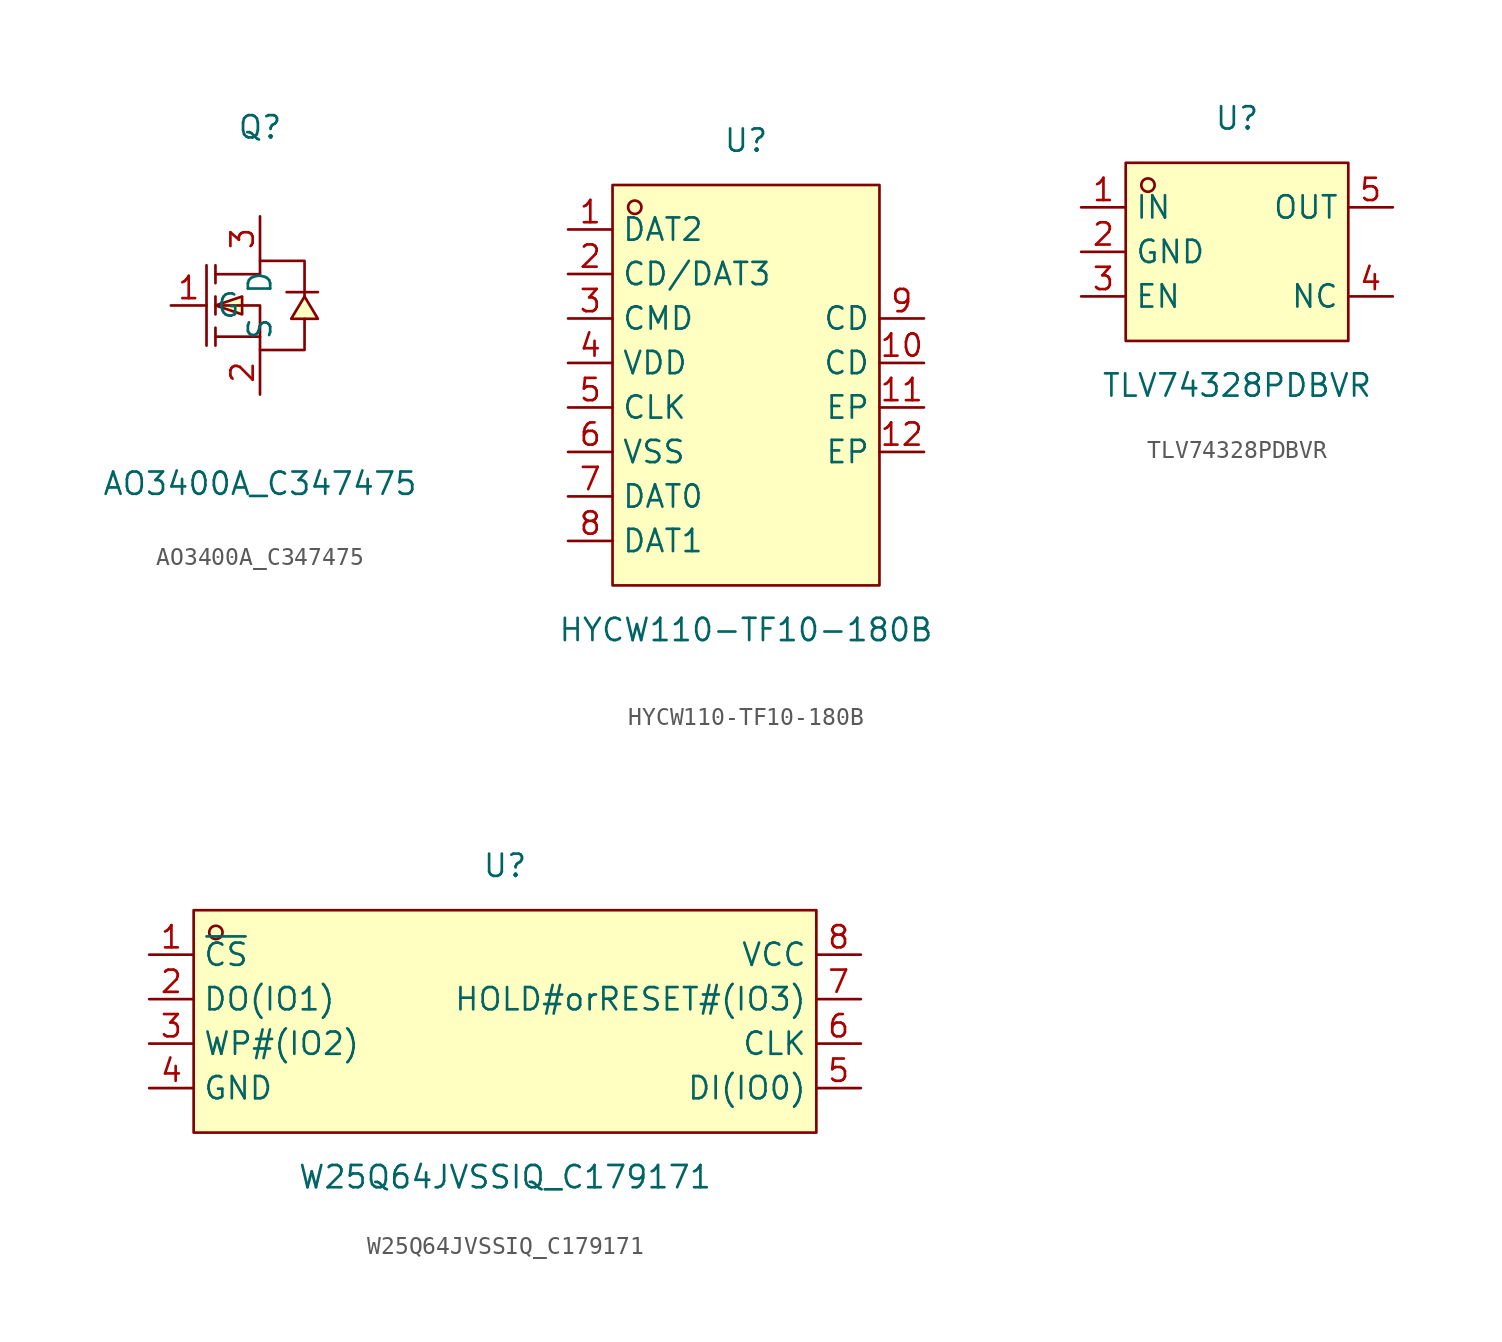
<source format=kicad_sym>
(kicad_symbol_lib
  (version 20211014)
  (generator https://github.com/uPesy/easyeda2kicad.py)
  (symbol "AO3400A_C347475"
    (property "Reference" "Q"
      (at 0 10.16 0)
      (effects (font (size 1.27 1.27))))
    (property "Value" "AO3400A_C347475"
      (at 0 -10.16 0)
      (effects (font (size 1.27 1.27))))
    (symbol "AO3400A_C347475_0_1"
      (polyline (pts (xy 1.52 0.76) (xy 3.30 0.76)) (stroke (width 0) (type default) (color 0 0 0 0)) (fill (type none)))
      (polyline (pts (xy -2.54 -2.29) (xy -2.54 -1.27)) (stroke (width 0) (type default) (color 0 0 0 0)) (fill (type none)))
      (polyline (pts (xy -2.54 -0.51) (xy -2.54 0.51)) (stroke (width 0) (type default) (color 0 0 0 0)) (fill (type none)))
      (polyline (pts (xy -2.54 2.29) (xy -2.54 1.27)) (stroke (width 0) (type default) (color 0 0 0 0)) (fill (type none)))
      (polyline (pts (xy -3.05 2.29) (xy -3.05 -2.29)) (stroke (width 0) (type default) (color 0 0 0 0)) (fill (type none)))
      (polyline (pts (xy 0.00 -1.78) (xy -2.54 -1.78)) (stroke (width 0) (type default) (color 0 0 0 0)) (fill (type none)))
      (polyline (pts (xy -2.54 -0.00) (xy 0.00 -0.00) (xy 0.00 -2.54) (xy 2.54 -2.54) (xy 2.54 -0.76)) (stroke (width 0) (type default) (color 0 0 0 0)) (fill (type none)))
      (polyline (pts (xy -2.54 1.78) (xy 0.00 1.78) (xy 0.00 2.54) (xy 2.54 2.54) (xy 2.54 0.51)) (stroke (width 0) (type default) (color 0 0 0 0)) (fill (type none)))
      (polyline (pts (xy 2.54 0.51) (xy 1.78 -0.76) (xy 3.30 -0.76) (xy 2.54 0.51)) (stroke (width 0) (type default) (color 0 0 0 0)) (fill (type background)))
      (polyline (pts (xy -2.54 -0.00) (xy -1.02 -0.51) (xy -1.02 0.51) (xy -2.54 -0.00)) (stroke (width 0) (type default) (color 0 0 0 0)) (fill (type background)))
      (pin unspecified line (at 0.00 -5.08 90) (length 2.54) (name "S" (effects (font (size 1.27 1.27)))) (number "2" (effects (font (size 1.27 1.27)))))
      (pin unspecified line (at -5.08 -0.00 0) (length 2.032) (name "G" (effects (font (size 1.27 1.27)))) (number "1" (effects (font (size 1.27 1.27)))))
      (pin unspecified line (at 0.00 5.08 270) (length 2.54) (name "D" (effects (font (size 1.27 1.27)))) (number "3" (effects (font (size 1.27 1.27)))))))
  (symbol "HYCW110-TF10-180B"
    (property "Reference" "U"
      (at 0 13.97 0)
      (effects (font (size 1.27 1.27))))
    (property "Value" "HYCW110-TF10-180B"
      (at 0 -13.97 0)
      (effects (font (size 1.27 1.27))))
    (symbol "HYCW110-TF10-180B_0_1"
      (rectangle (start -7.62 11.43) (end 7.62 -11.43) (stroke (width 0) (type default) (color 0 0 0 0)) (fill (type background)))
      (circle (center -6.35 10.16) (radius 0.38) (stroke (width 0) (type default) (color 0 0 0 0)) (fill (type none)))
      (pin unspecified line (at -10.16 8.89 0) (length 2.54) (name "DAT2" (effects (font (size 1.27 1.27)))) (number "1" (effects (font (size 1.27 1.27)))))
      (pin unspecified line (at -10.16 6.35 0) (length 2.54) (name "CD/DAT3" (effects (font (size 1.27 1.27)))) (number "2" (effects (font (size 1.27 1.27)))))
      (pin unspecified line (at -10.16 3.81 0) (length 2.54) (name "CMD" (effects (font (size 1.27 1.27)))) (number "3" (effects (font (size 1.27 1.27)))))
      (pin unspecified line (at -10.16 1.27 0) (length 2.54) (name "VDD" (effects (font (size 1.27 1.27)))) (number "4" (effects (font (size 1.27 1.27)))))
      (pin unspecified line (at -10.16 -1.27 0) (length 2.54) (name "CLK" (effects (font (size 1.27 1.27)))) (number "5" (effects (font (size 1.27 1.27)))))
      (pin unspecified line (at -10.16 -3.81 0) (length 2.54) (name "VSS" (effects (font (size 1.27 1.27)))) (number "6" (effects (font (size 1.27 1.27)))))
      (pin unspecified line (at -10.16 -6.35 0) (length 2.54) (name "DAT0" (effects (font (size 1.27 1.27)))) (number "7" (effects (font (size 1.27 1.27)))))
      (pin unspecified line (at -10.16 -8.89 0) (length 2.54) (name "DAT1" (effects (font (size 1.27 1.27)))) (number "8" (effects (font (size 1.27 1.27)))))
      (pin unspecified line (at 10.16 3.81 180) (length 2.54) (name "CD" (effects (font (size 1.27 1.27)))) (number "9" (effects (font (size 1.27 1.27)))))
      (pin unspecified line (at 10.16 1.27 180) (length 2.54) (name "CD" (effects (font (size 1.27 1.27)))) (number "10" (effects (font (size 1.27 1.27)))))
      (pin unspecified line (at 10.16 -1.27 180) (length 2.54) (name "EP" (effects (font (size 1.27 1.27)))) (number "11" (effects (font (size 1.27 1.27)))))
      (pin unspecified line (at 10.16 -3.81 180) (length 2.54) (name "EP" (effects (font (size 1.27 1.27)))) (number "12" (effects (font (size 1.27 1.27)))))))
  (symbol "TLV74328PDBVR"
    (property "Reference" "U"
      (at 0 7.62 0)
      (effects (font (size 1.27 1.27))))
    (property "Value" "TLV74328PDBVR"
      (at 0 -7.62 0)
      (effects (font (size 1.27 1.27))))
    (symbol "TLV74328PDBVR_0_1"
      (rectangle (start -6.35 5.08) (end 6.35 -5.08) (stroke (width 0) (type default) (color 0 0 0 0)) (fill (type background)))
      (circle (center -5.08 3.81) (radius 0.38) (stroke (width 0) (type default) (color 0 0 0 0)) (fill (type none)))
      (pin unspecified line (at -8.89 2.54 0) (length 2.54) (name "IN" (effects (font (size 1.27 1.27)))) (number "1" (effects (font (size 1.27 1.27)))))
      (pin unspecified line (at -8.89 -0.00 0) (length 2.54) (name "GND" (effects (font (size 1.27 1.27)))) (number "2" (effects (font (size 1.27 1.27)))))
      (pin unspecified line (at -8.89 -2.54 0) (length 2.54) (name "EN" (effects (font (size 1.27 1.27)))) (number "3" (effects (font (size 1.27 1.27)))))
      (pin unspecified line (at 8.89 -2.54 180) (length 2.54) (name "NC" (effects (font (size 1.27 1.27)))) (number "4" (effects (font (size 1.27 1.27)))))
      (pin unspecified line (at 8.89 2.54 180) (length 2.54) (name "OUT" (effects (font (size 1.27 1.27)))) (number "5" (effects (font (size 1.27 1.27)))))))
  (symbol "W25Q64JVSSIQ_C179171"
    (property "Reference" "U"
      (at 0 8.89 0)
      (effects (font (size 1.27 1.27))))
    (property "Value" "W25Q64JVSSIQ_C179171"
      (at 0 -8.89 0)
      (effects (font (size 1.27 1.27))))
    (symbol "W25Q64JVSSIQ_C179171_0_1"
      (rectangle (start -17.78 6.35) (end 17.78 -6.35) (stroke (width 0) (type default) (color 0 0 0 0)) (fill (type background)))
      (circle (center -16.51 5.08) (radius 0.38) (stroke (width 0) (type default) (color 0 0 0 0)) (fill (type none)))
      (pin unspecified line (at -20.32 3.81 0) (length 2.54) (name "~{CS}" (effects (font (size 1.27 1.27)))) (number "1" (effects (font (size 1.27 1.27)))))
      (pin unspecified line (at -20.32 1.27 0) (length 2.54) (name "DO(IO1)" (effects (font (size 1.27 1.27)))) (number "2" (effects (font (size 1.27 1.27)))))
      (pin unspecified line (at -20.32 -1.27 0) (length 2.54) (name "WP#(IO2)" (effects (font (size 1.27 1.27)))) (number "3" (effects (font (size 1.27 1.27)))))
      (pin unspecified line (at -20.32 -3.81 0) (length 2.54) (name "GND" (effects (font (size 1.27 1.27)))) (number "4" (effects (font (size 1.27 1.27)))))
      (pin unspecified line (at 20.32 -3.81 180) (length 2.54) (name "DI(IO0)" (effects (font (size 1.27 1.27)))) (number "5" (effects (font (size 1.27 1.27)))))
      (pin unspecified line (at 20.32 -1.27 180) (length 2.54) (name "CLK" (effects (font (size 1.27 1.27)))) (number "6" (effects (font (size 1.27 1.27)))))
      (pin unspecified line (at 20.32 1.27 180) (length 2.54) (name "HOLD#orRESET#(IO3)" (effects (font (size 1.27 1.27)))) (number "7" (effects (font (size 1.27 1.27)))))
      (pin unspecified line (at 20.32 3.81 180) (length 2.54) (name "VCC" (effects (font (size 1.27 1.27)))) (number "8" (effects (font (size 1.27 1.27))))))))
</source>
